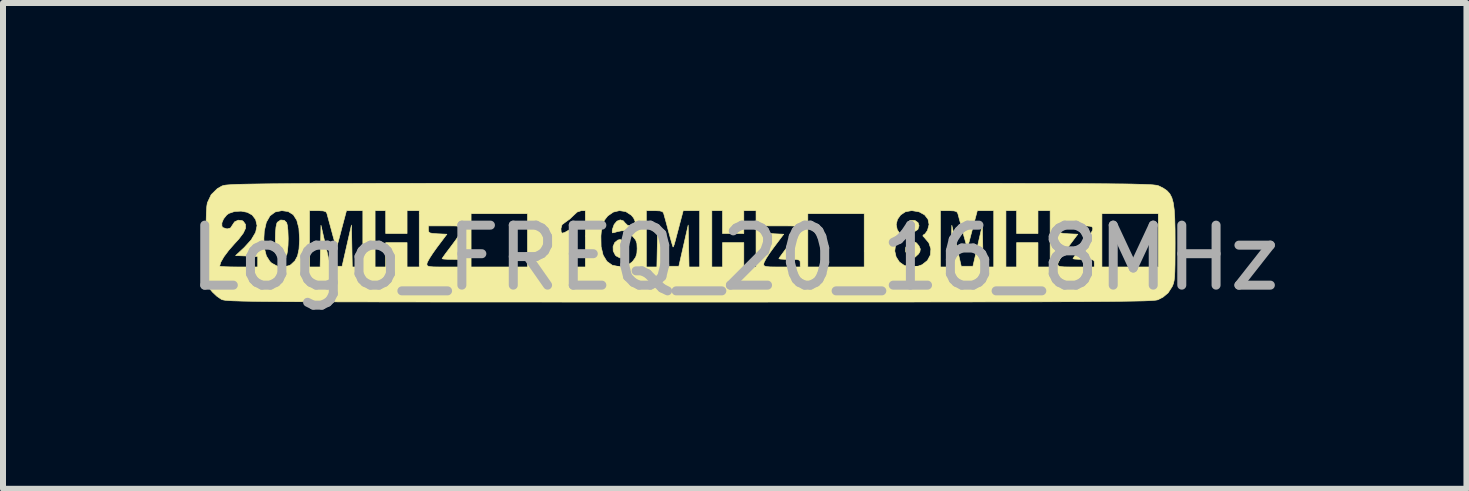
<source format=kicad_pcb>
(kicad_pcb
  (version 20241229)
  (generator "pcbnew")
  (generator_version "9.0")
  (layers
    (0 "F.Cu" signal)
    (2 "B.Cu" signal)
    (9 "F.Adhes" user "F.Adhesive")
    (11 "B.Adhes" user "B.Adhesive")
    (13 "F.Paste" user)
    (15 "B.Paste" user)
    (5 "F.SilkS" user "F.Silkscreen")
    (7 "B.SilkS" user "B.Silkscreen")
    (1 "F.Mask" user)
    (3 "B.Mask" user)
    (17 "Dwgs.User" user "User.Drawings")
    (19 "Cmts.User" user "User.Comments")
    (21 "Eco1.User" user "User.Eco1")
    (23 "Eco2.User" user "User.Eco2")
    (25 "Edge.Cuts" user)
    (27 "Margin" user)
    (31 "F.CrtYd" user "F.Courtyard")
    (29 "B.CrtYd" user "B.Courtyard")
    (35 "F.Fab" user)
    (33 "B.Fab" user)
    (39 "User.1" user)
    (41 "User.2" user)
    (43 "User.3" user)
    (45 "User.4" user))
  (footprint "Logo_FREQ_20_16_8MHz"
    (layer "F.Cu")
    (at 9.196 1.248)
    (property "Reference" "Logo_FREQ_20_16_8MHz" (at 0 0 180) (layer "F.Fab") (effects (font (size 1 1) (thickness 0.15))))
    (attr through_hole)
    (fp_poly (pts (xy 3.005 -0.623) (xy 3.056 -0.587) (xy 3.073 -0.535) (xy 3.053 -0.473) (xy 2.999 -0.439) (xy 2.925 -0.441) (xy 2.902 -0.449) (xy 2.879 -0.481) (xy 2.87 -0.535) (xy 2.881 -0.593) (xy 2.922 -0.621) (xy 2.934 -0.625) (xy 3.005 -0.623)) (stroke (width 0.01) (type solid)) (fill yes) (layer "F.SilkS"))
    (fp_poly (pts (xy -1.846 -0.283) (xy -1.811 -0.221) (xy -1.803 -0.152) (xy -1.818 -0.065) (xy -1.858 -0.013) (xy -1.913 0.001) (xy -1.974 -0.031) (xy -1.99 -0.046) (xy -2.025 -0.115) (xy -2.027 -0.189) (xy -1.999 -0.255) (xy -1.947 -0.297) (xy -1.908 -0.305) (xy -1.846 -0.283)) (stroke (width 0.01) (type solid)) (fill yes) (layer "F.SilkS"))
    (fp_poly (pts (xy 3.031 -0.248) (xy 3.071 -0.2) (xy 3.094 -0.147) (xy 3.087 -0.103) (xy 3.065 -0.066) (xy 3.007 -0.012) (xy 2.942 -0.005) (xy 2.885 -0.04) (xy 2.85 -0.103) (xy 2.851 -0.172) (xy 2.88 -0.233) (xy 2.933 -0.27) (xy 2.98 -0.274) (xy 3.031 -0.248)) (stroke (width 0.01) (type solid)) (fill yes) (layer "F.SilkS"))
    (fp_poly (pts (xy -7.508 -0.625) (xy -7.468 -0.586) (xy -7.456 -0.539) (xy -7.447 -0.456) (xy -7.443 -0.353) (xy -7.442 -0.318) (xy -7.445 -0.211) (xy -7.453 -0.12) (xy -7.464 -0.06) (xy -7.468 -0.049) (xy -7.513 -0.007) (xy -7.569 -0.007) (xy -7.619 -0.047) (xy -7.625 -0.057) (xy -7.642 -0.115) (xy -7.653 -0.204) (xy -7.657 -0.31) (xy -7.654 -0.417) (xy -7.646 -0.512) (xy -7.631 -0.578) (xy -7.622 -0.594) (xy -7.567 -0.631) (xy -7.508 -0.625)) (stroke (width 0.01) (type solid)) (fill yes) (layer "F.SilkS"))
    (fp_poly (pts (xy 0.005 -1.243) (xy 0.698 -1.243) (xy 1.344 -1.243) (xy 1.944 -1.243) (xy 2.5 -1.243) (xy 3.013 -1.243) (xy 3.486 -1.243) (xy 3.921 -1.242) (xy 4.318 -1.242) (xy 4.679 -1.241) (xy 5.007 -1.24) (xy 5.303 -1.24) (xy 5.568 -1.239) (xy 5.805 -1.238) (xy 6.014 -1.236) (xy 6.199 -1.235) (xy 6.36 -1.233) (xy 6.499 -1.232) (xy 6.618 -1.23) (xy 6.718 -1.227) (xy 6.802 -1.225) (xy 6.87 -1.222) (xy 6.926 -1.22) (xy 6.97 -1.217) (xy 7.003 -1.213) (xy 7.029 -1.21) (xy 7.048 -1.206) (xy 7.062 -1.202) (xy 7.073 -1.197) (xy 7.074 -1.197) (xy 7.147 -1.16) (xy 7.206 -1.119) (xy 7.252 -1.069) (xy 7.286 -1.004) (xy 7.31 -0.918) (xy 7.326 -0.804) (xy 7.335 -0.658) (xy 7.34 -0.473) (xy 7.341 -0.242) (xy 7.341 -0.241) (xy 7.34 -0.044) (xy 7.339 0.109) (xy 7.336 0.226) (xy 7.332 0.312) (xy 7.325 0.374) (xy 7.315 0.42) (xy 7.302 0.457) (xy 7.293 0.477) (xy 7.225 0.583) (xy 7.139 0.655) (xy 7.055 0.698) (xy 7.042 0.701) (xy 7.021 0.705) (xy 6.991 0.708) (xy 6.949 0.711) (xy 6.894 0.714) (xy 6.824 0.717) (xy 6.738 0.719) (xy 6.635 0.721) (xy 6.511 0.723) (xy 6.366 0.725) (xy 6.198 0.727) (xy 6.006 0.728) (xy 5.787 0.73) (xy 5.54 0.731) (xy 5.264 0.732) (xy 4.956 0.733) (xy 4.615 0.734) (xy 4.24 0.734) (xy 3.829 0.735) (xy 3.379 0.735) (xy 2.89 0.736) (xy 2.359 0.736) (xy 1.786 0.736) (xy 1.168 0.736) (xy 0.504 0.737) (xy -0.209 0.737) (xy -0.755 0.737) (xy -1.498 0.737) (xy -2.191 0.737) (xy -2.836 0.737) (xy -3.437 0.736) (xy -3.993 0.736) (xy -4.506 0.736) (xy -4.98 0.736) (xy -5.414 0.735) (xy -5.811 0.735) (xy -6.172 0.734) (xy -6.5 0.734) (xy -6.796 0.733) (xy -7.061 0.732) (xy -7.298 0.731) (xy -7.507 0.73) (xy -7.691 0.728) (xy -7.852 0.727) (xy -7.991 0.725) (xy -8.109 0.723) (xy -8.209 0.721) (xy -8.293 0.718) (xy -8.361 0.716) (xy -8.416 0.713) (xy -8.459 0.71) (xy -8.492 0.707) (xy -8.516 0.703) (xy -8.535 0.699) (xy -8.548 0.695) (xy -8.558 0.69) (xy -8.56 0.689) (xy -8.632 0.639) (xy -8.705 0.57) (xy -8.724 0.547) (xy -8.801 0.453) (xy -8.805 0.139) (xy -8.585 0.139) (xy -8.561 0.144) (xy -8.496 0.148) (xy -8.4 0.151) (xy -8.281 0.152) (xy -8.268 0.152) (xy -7.95 0.152) (xy -7.95 -0.023) (xy -8.134 -0.031) (xy -8.319 -0.038) (xy -8.174 -0.173) (xy -8.056 -0.303) (xy -8.048 -0.318) (xy -7.848 -0.318) (xy -7.838 -0.155) (xy -7.806 -0.032) (xy -7.749 0.058) (xy -7.719 0.087) (xy -7.625 0.138) (xy -7.52 0.152) (xy -7.422 0.128) (xy -7.397 0.113) (xy -7.33 0.05) (xy -7.286 -0.033) (xy -7.262 -0.147) (xy -7.253 -0.3) (xy -7.253 -0.318) (xy -7.264 -0.494) (xy -7.299 -0.627) (xy -7.357 -0.719) (xy -7.442 -0.772) (xy -7.548 -0.787) (xy -7.087 -0.787) (xy -7.087 0.152) (xy -6.91 0.152) (xy -6.896 -0.543) (xy -6.818 -0.202) (xy -6.74 0.14) (xy -6.544 0.14) (xy -6.388 -0.546) (xy -6.381 -0.197) (xy -6.374 0.152) (xy -6.198 0.152) (xy -6.198 -0.787) (xy -5.994 -0.787) (xy -5.994 0.152) (xy -5.817 0.152) (xy -5.817 -0.254) (xy -5.461 -0.254) (xy -5.461 0.152) (xy -5.258 0.152) (xy -5.258 0.101) (xy -5.131 0.101) (xy -5.128 0.123) (xy -5.114 0.137) (xy -5.08 0.146) (xy -5.018 0.151) (xy -4.92 0.152) (xy -4.826 0.152) (xy -4.521 0.152) (xy -4.521 0.089) (xy -4.524 0.056) (xy -4.539 0.037) (xy -4.578 0.028) (xy -4.652 0.026) (xy -4.699 0.025) (xy -4.787 0.024) (xy -4.85 0.02) (xy -4.877 0.014) (xy -4.877 0.013) (xy -4.862 -0.011) (xy -4.823 -0.066) (xy -4.765 -0.143) (xy -4.712 -0.213) (xy -4.643 -0.307) (xy -4.589 -0.39) (xy -4.555 -0.453) (xy -4.547 -0.48) (xy -4.549 -0.503) (xy -4.563 -0.519) (xy -4.598 -0.528) (xy -4.661 -0.532) (xy -4.762 -0.533) (xy -4.826 -0.533) (xy -5.105 -0.533) (xy -5.105 -0.471) (xy -5.102 -0.437) (xy -5.083 -0.417) (xy -5.036 -0.407) (xy -4.951 -0.401) (xy -4.797 -0.394) (xy -4.964 -0.172) (xy -5.032 -0.077) (xy -5.087 0.008) (xy -5.122 0.072) (xy -5.131 0.101) (xy -5.258 0.101) (xy -5.258 -0.737) (xy -4.394 -0.737) (xy -4.394 0.152) (xy -3.454 0.152) (xy -3.454 -0.482) (xy -2.896 -0.482) (xy -2.892 -0.429) (xy -2.873 -0.411) (xy -2.83 -0.425) (xy -2.774 -0.457) (xy -2.718 -0.49) (xy -2.683 -0.507) (xy -2.679 -0.508) (xy -2.675 -0.484) (xy -2.671 -0.419) (xy -2.668 -0.322) (xy -2.667 -0.202) (xy -2.667 -0.178) (xy -2.667 0.152) (xy -2.489 0.152) (xy -2.489 -0.364) (xy -2.23 -0.364) (xy -2.227 -0.187) (xy -2.193 -0.045) (xy -2.13 0.059) (xy -2.04 0.123) (xy -1.924 0.146) (xy -1.88 0.144) (xy -1.787 0.123) (xy -1.717 0.074) (xy -1.696 0.053) (xy -1.651 -0.01) (xy -1.63 -0.077) (xy -1.626 -0.155) (xy -1.63 -0.24) (xy -1.651 -0.299) (xy -1.699 -0.357) (xy -1.715 -0.374) (xy -1.777 -0.429) (xy -1.828 -0.452) (xy -1.886 -0.451) (xy -1.957 -0.437) (xy -2.01 -0.421) (xy -2.038 -0.417) (xy -2.042 -0.447) (xy -2.038 -0.475) (xy -2.009 -0.557) (xy -1.962 -0.612) (xy -1.908 -0.633) (xy -1.856 -0.617) (xy -1.828 -0.583) (xy -1.785 -0.542) (xy -1.732 -0.538) (xy -1.674 -0.56) (xy -1.658 -0.605) (xy -1.686 -0.667) (xy -1.723 -0.711) (xy -1.815 -0.771) (xy -1.917 -0.787) (xy -1.473 -0.787) (xy -1.473 0.152) (xy -1.297 0.152) (xy -1.283 -0.543) (xy -1.205 -0.202) (xy -1.127 0.14) (xy -0.931 0.14) (xy -0.775 -0.546) (xy -0.768 -0.197) (xy -0.761 0.152) (xy -0.584 0.152) (xy -0.584 -0.787) (xy -0.381 -0.787) (xy -0.381 0.152) (xy -0.203 0.152) (xy -0.203 -0.254) (xy 0.152 -0.254) (xy 0.152 0.152) (xy 0.356 0.152) (xy 0.356 0.101) (xy 0.483 0.101) (xy 0.485 0.123) (xy 0.499 0.137) (xy 0.533 0.146) (xy 0.595 0.151) (xy 0.693 0.152) (xy 0.787 0.152) (xy 1.092 0.152) (xy 1.092 0.089) (xy 1.09 0.056) (xy 1.074 0.037) (xy 1.035 0.028) (xy 0.962 0.026) (xy 0.914 0.025) (xy 0.827 0.024) (xy 0.763 0.02) (xy 0.737 0.014) (xy 0.737 0.013) (xy 0.751 -0.011) (xy 0.791 -0.066) (xy 0.848 -0.143) (xy 0.902 -0.213) (xy 0.97 -0.307) (xy 1.025 -0.39) (xy 1.059 -0.453) (xy 1.067 -0.48) (xy 1.064 -0.503) (xy 1.05 -0.519) (xy 1.016 -0.528) (xy 0.952 -0.532) (xy 0.851 -0.533) (xy 0.787 -0.533) (xy 0.508 -0.533) (xy 0.508 -0.471) (xy 0.512 -0.437) (xy 0.531 -0.417) (xy 0.577 -0.407) (xy 0.662 -0.401) (xy 0.817 -0.394) (xy 0.65 -0.172) (xy 0.581 -0.077) (xy 0.526 0.008) (xy 0.492 0.072) (xy 0.483 0.101) (xy 0.356 0.101) (xy 0.356 -0.737) (xy 1.219 -0.737) (xy 1.219 0.152) (xy 2.159 0.152) (xy 2.159 -0.114) (xy 2.668 -0.114) (xy 2.691 -0.015) (xy 2.746 0.07) (xy 2.829 0.128) (xy 2.938 0.149) (xy 3.056 0.139) (xy 3.125 0.114) (xy 3.213 0.044) (xy 3.262 -0.048) (xy 3.27 -0.15) (xy 3.236 -0.251) (xy 3.165 -0.335) (xy 3.136 -0.366) (xy 3.143 -0.38) (xy 3.174 -0.401) (xy 3.21 -0.452) (xy 3.214 -0.459) (xy 3.24 -0.556) (xy 3.222 -0.644) (xy 3.165 -0.717) (xy 3.074 -0.767) (xy 2.956 -0.787) (xy 2.946 -0.787) (xy 3.429 -0.787) (xy 3.429 0.152) (xy 3.605 0.152) (xy 3.619 -0.543) (xy 3.698 -0.202) (xy 3.776 0.14) (xy 3.971 0.14) (xy 4.128 -0.546) (xy 4.135 -0.197) (xy 4.142 0.152) (xy 4.318 0.152) (xy 4.318 -0.787) (xy 4.521 -0.787) (xy 4.521 0.152) (xy 4.699 0.152) (xy 4.699 -0.254) (xy 5.055 -0.254) (xy 5.055 0.152) (xy 5.258 0.152) (xy 5.258 0.101) (xy 5.385 0.101) (xy 5.388 0.123) (xy 5.402 0.137) (xy 5.435 0.146) (xy 5.497 0.151) (xy 5.596 0.152) (xy 5.69 0.152) (xy 5.994 0.152) (xy 5.994 0.089) (xy 5.992 0.056) (xy 5.977 0.037) (xy 5.938 0.028) (xy 5.864 0.026) (xy 5.817 0.025) (xy 5.729 0.024) (xy 5.665 0.02) (xy 5.639 0.014) (xy 5.639 0.013) (xy 5.653 -0.011) (xy 5.693 -0.066) (xy 5.751 -0.143) (xy 5.804 -0.213) (xy 5.872 -0.307) (xy 5.927 -0.39) (xy 5.961 -0.453) (xy 5.969 -0.48) (xy 5.966 -0.503) (xy 5.952 -0.519) (xy 5.918 -0.528) (xy 5.855 -0.532) (xy 5.754 -0.533) (xy 5.69 -0.533) (xy 5.41 -0.533) (xy 5.41 -0.471) (xy 5.414 -0.437) (xy 5.433 -0.417) (xy 5.479 -0.407) (xy 5.565 -0.401) (xy 5.719 -0.394) (xy 5.552 -0.172) (xy 5.483 -0.077) (xy 5.429 0.008) (xy 5.394 0.072) (xy 5.385 0.101) (xy 5.258 0.101) (xy 5.258 -0.737) (xy 6.121 -0.737) (xy 6.121 0.152) (xy 7.061 0.152) (xy 7.061 -0.737) (xy 6.121 -0.737) (xy 5.258 -0.737) (xy 5.258 -0.787) (xy 5.055 -0.787) (xy 5.055 -0.406) (xy 4.699 -0.406) (xy 4.699 -0.787) (xy 4.521 -0.787) (xy 4.318 -0.787) (xy 4.044 -0.787) (xy 3.992 -0.591) (xy 3.963 -0.479) (xy 3.934 -0.371) (xy 3.913 -0.288) (xy 3.912 -0.283) (xy 3.893 -0.219) (xy 3.879 -0.184) (xy 3.875 -0.182) (xy 3.865 -0.208) (xy 3.846 -0.273) (xy 3.82 -0.366) (xy 3.799 -0.445) (xy 3.769 -0.556) (xy 3.743 -0.651) (xy 3.725 -0.719) (xy 3.718 -0.743) (xy 3.699 -0.77) (xy 3.655 -0.783) (xy 3.573 -0.787) (xy 3.567 -0.787) (xy 3.429 -0.787) (xy 2.946 -0.787) (xy 2.845 -0.768) (xy 2.766 -0.715) (xy 2.713 -0.641) (xy 2.692 -0.556) (xy 2.709 -0.47) (xy 2.745 -0.417) (xy 2.797 -0.361) (xy 2.732 -0.296) (xy 2.681 -0.212) (xy 2.668 -0.114) (xy 2.159 -0.114) (xy 2.159 -0.737) (xy 1.219 -0.737) (xy 0.356 -0.737) (xy 0.356 -0.787) (xy 0.152 -0.787) (xy 0.152 -0.406) (xy -0.203 -0.406) (xy -0.203 -0.787) (xy -0.381 -0.787) (xy -0.584 -0.787) (xy -0.858 -0.787) (xy -0.91 -0.591) (xy -0.939 -0.479) (xy -0.968 -0.371) (xy -0.989 -0.288) (xy -0.991 -0.283) (xy -1.009 -0.219) (xy -1.024 -0.184) (xy -1.028 -0.182) (xy -1.037 -0.208) (xy -1.056 -0.273) (xy -1.082 -0.366) (xy -1.104 -0.445) (xy -1.133 -0.556) (xy -1.159 -0.651) (xy -1.178 -0.719) (xy -1.184 -0.743) (xy -1.203 -0.77) (xy -1.247 -0.783) (xy -1.33 -0.787) (xy -1.335 -0.787) (xy -1.473 -0.787) (xy -1.917 -0.787) (xy -1.919 -0.788) (xy -2.023 -0.763) (xy -2.116 -0.699) (xy -2.172 -0.627) (xy -2.202 -0.548) (xy -2.224 -0.433) (xy -2.23 -0.364) (xy -2.489 -0.364) (xy -2.489 -0.787) (xy -2.554 -0.787) (xy -2.625 -0.764) (xy -2.684 -0.71) (xy -2.748 -0.648) (xy -2.816 -0.599) (xy -2.822 -0.595) (xy -2.878 -0.553) (xy -2.895 -0.492) (xy -2.896 -0.482) (xy -3.454 -0.482) (xy -3.454 -0.737) (xy -4.394 -0.737) (xy -5.258 -0.737) (xy -5.258 -0.787) (xy -5.461 -0.787) (xy -5.461 -0.406) (xy -5.817 -0.406) (xy -5.817 -0.787) (xy -5.994 -0.787) (xy -6.198 -0.787) (xy -6.471 -0.787) (xy -6.523 -0.591) (xy -6.553 -0.479) (xy -6.581 -0.371) (xy -6.603 -0.288) (xy -6.604 -0.283) (xy -6.623 -0.219) (xy -6.637 -0.184) (xy -6.641 -0.182) (xy -6.651 -0.208) (xy -6.67 -0.273) (xy -6.696 -0.366) (xy -6.717 -0.445) (xy -6.747 -0.556) (xy -6.773 -0.651) (xy -6.791 -0.719) (xy -6.798 -0.743) (xy -6.816 -0.77) (xy -6.861 -0.783) (xy -6.943 -0.787) (xy -6.949 -0.787) (xy -7.087 -0.787) (xy -7.548 -0.787) (xy -7.659 -0.765) (xy -7.746 -0.7) (xy -7.807 -0.593) (xy -7.841 -0.446) (xy -7.848 -0.318) (xy -8.048 -0.318) (xy -7.985 -0.425) (xy -7.961 -0.538) (xy -7.985 -0.639) (xy -8.042 -0.714) (xy -8.123 -0.759) (xy -8.227 -0.779) (xy -8.336 -0.773) (xy -8.431 -0.741) (xy -8.467 -0.715) (xy -8.52 -0.649) (xy -8.548 -0.582) (xy -8.547 -0.526) (xy -8.53 -0.504) (xy -8.461 -0.482) (xy -8.403 -0.498) (xy -8.372 -0.546) (xy -8.336 -0.6) (xy -8.276 -0.628) (xy -8.212 -0.622) (xy -8.191 -0.609) (xy -8.154 -0.558) (xy -8.153 -0.494) (xy -8.191 -0.412) (xy -8.269 -0.309) (xy -8.333 -0.24) (xy -8.434 -0.125) (xy -8.514 -0.018) (xy -8.566 0.072) (xy -8.585 0.137) (xy -8.585 0.139) (xy -8.805 0.139) (xy -8.809 -0.186) (xy -8.811 -0.414) (xy -8.81 -0.605) (xy -8.806 -0.754) (xy -8.799 -0.86) (xy -8.79 -0.917) (xy -8.726 -1.053) (xy -8.623 -1.154) (xy -8.549 -1.196) (xy -8.538 -1.201) (xy -8.524 -1.205) (xy -8.505 -1.209) (xy -8.481 -1.213) (xy -8.448 -1.216) (xy -8.405 -1.219) (xy -8.351 -1.222) (xy -8.284 -1.225) (xy -8.203 -1.227) (xy -8.105 -1.229) (xy -7.988 -1.231) (xy -7.852 -1.233) (xy -7.694 -1.235) (xy -7.513 -1.236) (xy -7.307 -1.238) (xy -7.074 -1.239) (xy -6.813 -1.24) (xy -6.521 -1.24) (xy -6.198 -1.241) (xy -5.841 -1.242) (xy -5.449 -1.242) (xy -5.02 -1.243) (xy -4.553 -1.243) (xy -4.045 -1.243) (xy -3.495 -1.243) (xy -2.901 -1.243) (xy -2.262 -1.243) (xy -1.576 -1.243) (xy -0.841 -1.243) (xy -0.737 -1.243) (xy 0.005 -1.243)) (stroke (width 0.01) (type solid)) (fill yes) (layer "F.SilkS")))
  (gr_rect
    (start -3 -3)
    (end 21.393 5.097)
    (stroke (width 0.1) (type default))
    (fill no)
    (layer "Edge.Cuts")))
</source>
